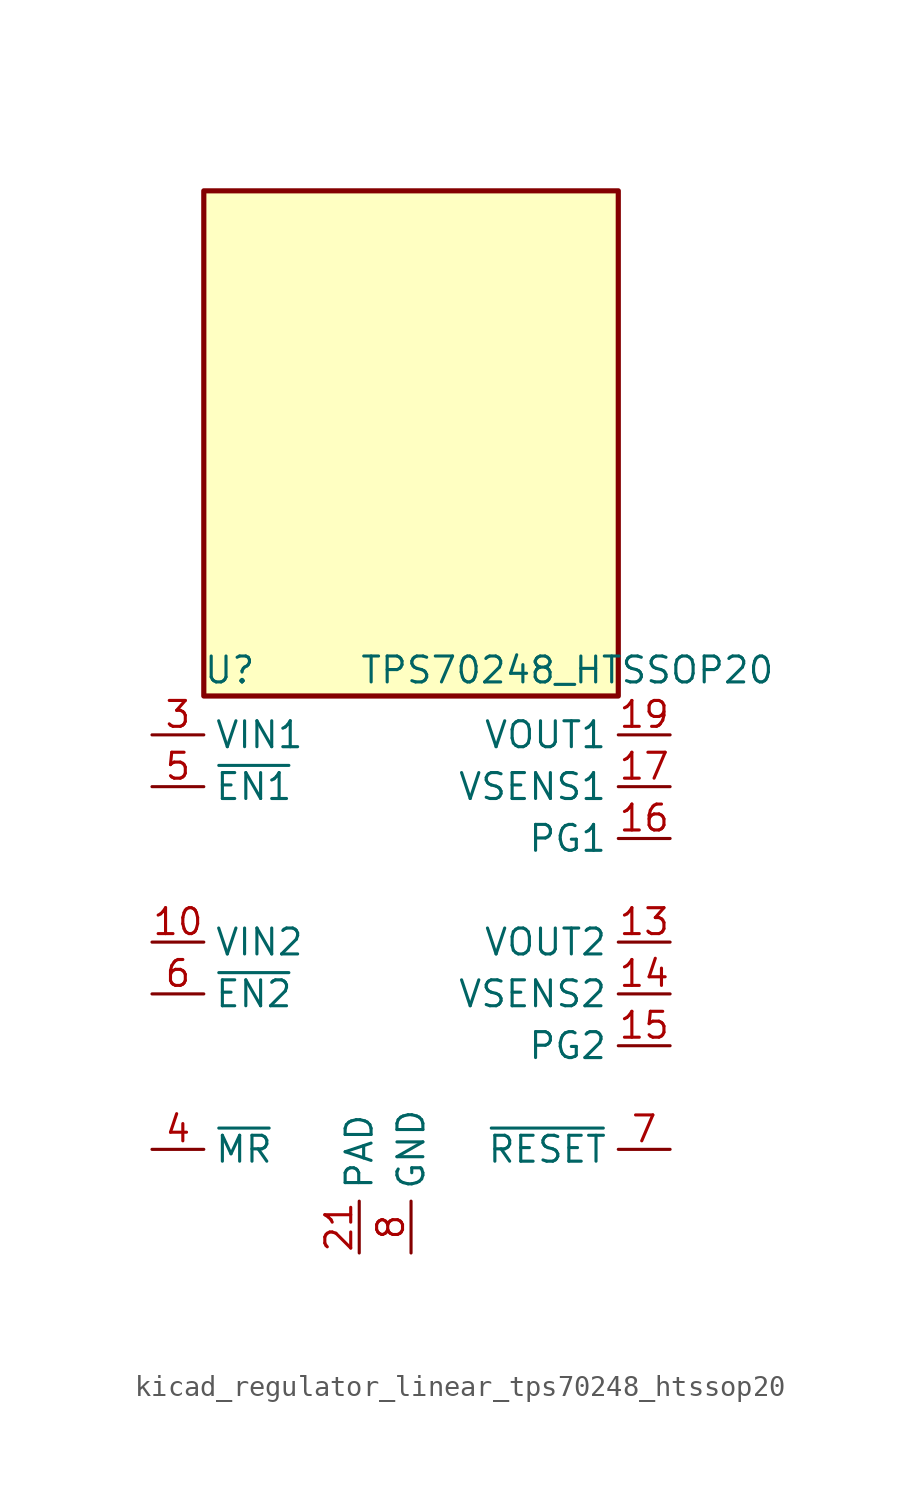
<source format=kicad_sym>
(kicad_symbol_lib
  (version 20220914)
  (generator kicad_symbol_editor)
  (symbol "kicad_regulator_linear_tps70248_htssop20"
    (property "Reference" "U"
      (at -8.89 13.335 0)
      (effects (font (size 1.27 1.27))))
    (property "Value" "TPS70248_HTSSOP20"
      (at -2.54 13.335 0)
      (effects (font (size 1.27 1.27)) (justify left)))
    (symbol "kicad_regulator_linear_tps70248_htssop20_0_1"
      (rectangle (start 10.16 36.83) (end -10.16 12.065) (stroke (width 0.254) (type default)) (fill (type background))))
    (symbol "kicad_regulator_linear_tps70248_htssop20_1_1"
      (pin no_connect line (at -10.16 5.08 0) (length 2.54) hide (name "NC" (effects (font (size 1.27 1.27)))) (number "1" (effects (font (size 1.27 1.27)))))
      (pin power_in line (at -12.7 0 0) (length 2.54) (name "VIN2" (effects (font (size 1.27 1.27)))) (number "10" (effects (font (size 1.27 1.27)))))
      (pin no_connect line (at -10.16 -5.08 0) (length 2.54) hide (name "NC" (effects (font (size 1.27 1.27)))) (number "11" (effects (font (size 1.27 1.27)))))
      (pin passive line (at 12.7 0 180) (length 2.54) hide (name "VOUT2" (effects (font (size 1.27 1.27)))) (number "12" (effects (font (size 1.27 1.27)))))
      (pin power_out line (at 12.7 0 180) (length 2.54) (name "VOUT2" (effects (font (size 1.27 1.27)))) (number "13" (effects (font (size 1.27 1.27)))))
      (pin input line (at 12.7 -2.54 180) (length 2.54) (name "VSENS2" (effects (font (size 1.27 1.27)))) (number "14" (effects (font (size 1.27 1.27)))))
      (pin open_collector line (at 12.7 -5.08 180) (length 2.54) (name "PG2" (effects (font (size 1.27 1.27)))) (number "15" (effects (font (size 1.27 1.27)))))
      (pin open_collector line (at 12.7 5.08 180) (length 2.54) (name "PG1" (effects (font (size 1.27 1.27)))) (number "16" (effects (font (size 1.27 1.27)))))
      (pin input line (at 12.7 7.62 180) (length 2.54) (name "VSENS1" (effects (font (size 1.27 1.27)))) (number "17" (effects (font (size 1.27 1.27)))))
      (pin passive line (at 12.7 10.16 180) (length 2.54) hide (name "VOUT1" (effects (font (size 1.27 1.27)))) (number "18" (effects (font (size 1.27 1.27)))))
      (pin power_out line (at 12.7 10.16 180) (length 2.54) (name "VOUT1" (effects (font (size 1.27 1.27)))) (number "19" (effects (font (size 1.27 1.27)))))
      (pin passive line (at -12.7 10.16 0) (length 2.54) hide (name "VIN1" (effects (font (size 1.27 1.27)))) (number "2" (effects (font (size 1.27 1.27)))))
      (pin no_connect line (at 2.54 -12.7 90) (length 2.54) hide (name "NC" (effects (font (size 1.27 1.27)))) (number "20" (effects (font (size 1.27 1.27)))))
      (pin power_in line (at -2.54 -15.24 90) (length 2.54) (name "PAD" (effects (font (size 1.27 1.27)))) (number "21" (effects (font (size 1.27 1.27)))))
      (pin power_in line (at -12.7 10.16 0) (length 2.54) (name "VIN1" (effects (font (size 1.27 1.27)))) (number "3" (effects (font (size 1.27 1.27)))))
      (pin input line (at -12.7 -10.16 0) (length 2.54) (name "~{MR}" (effects (font (size 1.27 1.27)))) (number "4" (effects (font (size 1.27 1.27)))))
      (pin input line (at -12.7 7.62 0) (length 2.54) (name "~{EN1}" (effects (font (size 1.27 1.27)))) (number "5" (effects (font (size 1.27 1.27)))))
      (pin input line (at -12.7 -2.54 0) (length 2.54) (name "~{EN2}" (effects (font (size 1.27 1.27)))) (number "6" (effects (font (size 1.27 1.27)))))
      (pin open_collector line (at 12.7 -10.16 180) (length 2.54) (name "~{RESET}" (effects (font (size 1.27 1.27)))) (number "7" (effects (font (size 1.27 1.27)))))
      (pin power_in line (at 0 -15.24 90) (length 2.54) (name "GND" (effects (font (size 1.27 1.27)))) (number "8" (effects (font (size 1.27 1.27)))))
      (pin passive line (at -12.7 0 0) (length 2.54) hide (name "VIN2" (effects (font (size 1.27 1.27)))) (number "9" (effects (font (size 1.27 1.27))))))))
</source>
